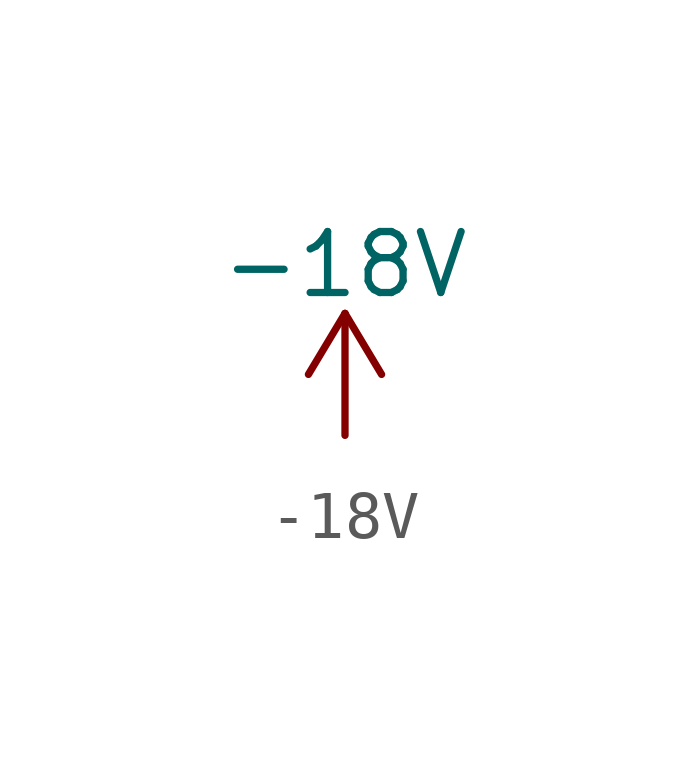
<source format=kicad_sym>
(kicad_symbol_lib
  (version 20211014)
  (generator kicad_symbol_editor)
  (symbol "-18V"
    (power)
    (pin_names
      (offset 0))
    (property "Reference" "#PWR"
      (at 0 -3.81 0)
      (effects (font (size 1.27 1.27)) hide))
    (property "Value" "-18V"
      (at 0 3.556 0)
      (effects (font (size 1.27 1.27))))
    (symbol "-18V_0_1"
      (polyline (pts (xy -0.762 1.27) (xy 0 2.54)) (stroke (width 0) (type default) (color 0 0 0 0)) (fill (type none)))
      (polyline (pts (xy 0 0) (xy 0 2.54)) (stroke (width 0) (type default) (color 0 0 0 0)) (fill (type none)))
      (polyline (pts (xy 0 2.54) (xy 0.762 1.27)) (stroke (width 0) (type default) (color 0 0 0 0)) (fill (type none))))
    (symbol "-18V_1_1"
      (pin power_in line (at 0 0 90) (length 0) hide (name "+7.5V" (effects (font (size 1.27 1.27)))) (number "1" (effects (font (size 1.27 1.27))))))))
</source>
